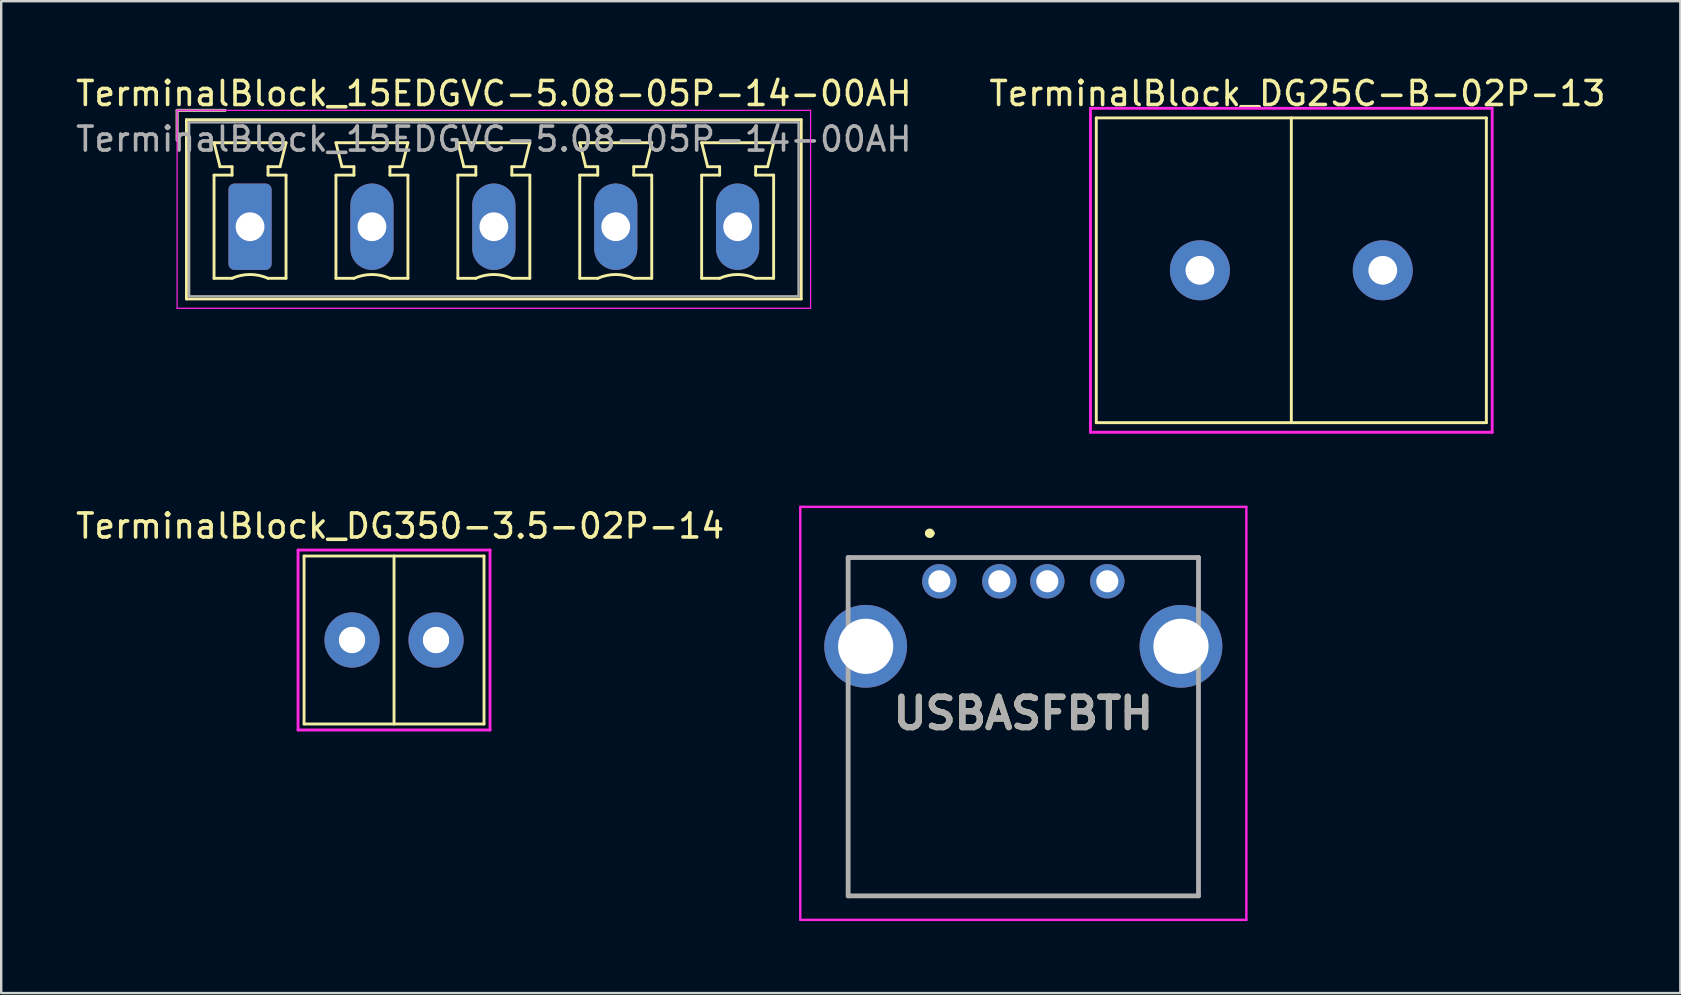
<source format=kicad_pcb>
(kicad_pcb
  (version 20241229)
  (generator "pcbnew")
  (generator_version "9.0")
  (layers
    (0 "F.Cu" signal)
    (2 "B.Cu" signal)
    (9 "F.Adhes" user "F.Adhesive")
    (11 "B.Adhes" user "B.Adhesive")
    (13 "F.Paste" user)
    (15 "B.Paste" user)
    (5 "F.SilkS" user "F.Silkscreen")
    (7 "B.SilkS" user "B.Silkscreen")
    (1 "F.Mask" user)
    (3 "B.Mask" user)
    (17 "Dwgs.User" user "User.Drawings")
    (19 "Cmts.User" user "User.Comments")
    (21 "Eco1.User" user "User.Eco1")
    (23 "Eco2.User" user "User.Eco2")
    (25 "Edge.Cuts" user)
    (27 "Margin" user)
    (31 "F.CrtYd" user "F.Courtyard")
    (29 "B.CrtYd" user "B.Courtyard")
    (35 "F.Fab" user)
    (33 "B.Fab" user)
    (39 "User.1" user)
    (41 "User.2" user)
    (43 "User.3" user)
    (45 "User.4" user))
  (footprint "USBASFBTH"
    (layer "F.Cu")
    (at 36.095 21.174)
    (property "Reference" "USBASFBTH" (at 3.5 5.505 0) (layer "F.SilkS") (effects (font (size 1.27 1.27) (thickness 0.254))))
    (attr through_hole)
    (fp_line (start -3.8 -1) (end 10.8 -0.99) (stroke (width 0.1) (type solid)) (layer "F.SilkS"))
    (fp_line (start -3.8 5) (end -3.8 13.11) (stroke (width 0.1) (type solid)) (layer "F.SilkS"))
    (fp_line (start -3.8 13.11) (end 10.8 13.11) (stroke (width 0.1) (type solid)) (layer "F.SilkS"))
    (fp_line (start -0.5 -2) (end -0.5 -2) (stroke (width 0.2) (type solid)) (layer "F.SilkS"))
    (fp_line (start -0.3 -2) (end -0.3 -2) (stroke (width 0.2) (type solid)) (layer "F.SilkS"))
    (fp_line (start 10.8 13.11) (end 10.8 5.5) (stroke (width 0.1) (type solid)) (layer "F.SilkS"))
    (fp_arc (start -0.5 -2) (mid -0.4 -2.1) (end -0.3 -2) (stroke (width 0.2) (type solid)) (layer "F.SilkS"))
    (fp_arc (start -0.3 -2) (mid -0.4 -1.9) (end -0.5 -2) (stroke (width 0.2) (type solid)) (layer "F.SilkS"))
    (fp_line (start -5.795 -3.1) (end 12.795 -3.1) (stroke (width 0.1) (type solid)) (layer "F.CrtYd"))
    (fp_line (start -5.795 14.11) (end -5.795 -3.1) (stroke (width 0.1) (type solid)) (layer "F.CrtYd"))
    (fp_line (start 12.795 -3.1) (end 12.795 14.11) (stroke (width 0.1) (type solid)) (layer "F.CrtYd"))
    (fp_line (start 12.795 14.11) (end -5.795 14.11) (stroke (width 0.1) (type solid)) (layer "F.CrtYd"))
    (fp_line (start -3.8 -0.99) (end 10.8 -0.99) (stroke (width 0.2) (type solid)) (layer "F.Fab"))
    (fp_line (start -3.8 13.11) (end -3.8 -0.99) (stroke (width 0.2) (type solid)) (layer "F.Fab"))
    (fp_line (start 10.8 -0.99) (end 10.8 13.11) (stroke (width 0.2) (type solid)) (layer "F.Fab"))
    (fp_line (start 10.8 13.11) (end -3.8 13.11) (stroke (width 0.2) (type solid)) (layer "F.Fab"))
    (fp_text user "${REFERENCE}" (at 3.5 5.505 0) (layer "F.Fab") (effects (font (size 1.27 1.27) (thickness 0.254))))
    (pad "1" thru_hole circle (at 0 0) (size 1.431 1.431) (drill 0.92) (layers "*.Cu" "*.Mask"))
    (pad "2" thru_hole circle (at 2.5 0) (size 1.431 1.431) (drill 0.92) (layers "*.Cu" "*.Mask"))
    (pad "3" thru_hole circle (at 4.5 0) (size 1.431 1.431) (drill 0.92) (layers "*.Cu" "*.Mask"))
    (pad "4" thru_hole circle (at 7 0) (size 1.431 1.431) (drill 0.92) (layers "*.Cu" "*.Mask"))
    (pad "5" thru_hole circle (at -3.07 2.71) (size 3.45 3.45) (drill 2.3) (layers "*.Cu" "*.Mask"))
    (pad "5" thru_hole circle (at 10.07 2.71) (size 3.45 3.45) (drill 2.3) (layers "*.Cu" "*.Mask")))
  (footprint "TerminalBlock_DG350-3.5-02P-14"
    (layer "F.Cu")
    (at 13.371 23.622)
    (property "Reference" "TerminalBlock_DG350-3.5-02P-14" (at 0.254 -4.75 0) (layer "F.SilkS") (effects (font (size 1 1) (thickness 0.15))))
    (attr through_hole)
    (fp_line (start -3.75 -3.5) (end 3.75 -3.5) (stroke (width 0.12) (type solid)) (layer "F.SilkS"))
    (fp_line (start -3.75 3.5) (end -3.75 -3.5) (stroke (width 0.12) (type solid)) (layer "F.SilkS"))
    (fp_line (start 0 -3.5) (end 0 3.5) (stroke (width 0.12) (type solid)) (layer "F.SilkS"))
    (fp_line (start 3.75 -3.5) (end 3.75 3.5) (stroke (width 0.12) (type solid)) (layer "F.SilkS"))
    (fp_line (start 3.75 3.5) (end -3.75 3.5) (stroke (width 0.12) (type solid)) (layer "F.SilkS"))
    (fp_line (start -4 -3.75) (end 4 -3.75) (stroke (width 0.12) (type solid)) (layer "F.CrtYd"))
    (fp_line (start -4 3.75) (end -4 -3.75) (stroke (width 0.12) (type solid)) (layer "F.CrtYd"))
    (fp_line (start 4 -3.75) (end 4 3.75) (stroke (width 0.12) (type solid)) (layer "F.CrtYd"))
    (fp_line (start 4 3.75) (end -4 3.75) (stroke (width 0.12) (type solid)) (layer "F.CrtYd"))
    (pad "1" thru_hole circle (at -1.75 0) (size 2.3 2.3) (drill 1.1) (layers "*.Cu" "*.Mask"))
    (pad "2" thru_hole circle (at 1.75 0) (size 2.3 2.3) (drill 1.1) (layers "*.Cu" "*.Mask")))
  (footprint "TerminalBlock_DG25C-B-02P-13"
    (layer "F.Cu")
    (at 50.764 8.214)
    (property "Reference" "TerminalBlock_DG25C-B-02P-13" (at 0.254 -7.366 0) (layer "F.SilkS") (effects (font (size 1 1) (thickness 0.15))))
    (attr through_hole)
    (fp_line (start -8.128 -6.35) (end 8.128 -6.35) (stroke (width 0.12) (type solid)) (layer "F.SilkS"))
    (fp_line (start -8.128 6.35) (end -8.128 -6.35) (stroke (width 0.12) (type solid)) (layer "F.SilkS"))
    (fp_line (start 0 -6.35) (end 0 6.35) (stroke (width 0.12) (type solid)) (layer "F.SilkS"))
    (fp_line (start 8.128 -6.35) (end 8.128 6.35) (stroke (width 0.12) (type solid)) (layer "F.SilkS"))
    (fp_line (start 8.128 6.35) (end -8.128 6.35) (stroke (width 0.12) (type solid)) (layer "F.SilkS"))
    (fp_line (start -8.37 -6.75) (end 8.37 -6.75) (stroke (width 0.12) (type solid)) (layer "F.CrtYd"))
    (fp_line (start -8.37 6.75) (end -8.37 -6.75) (stroke (width 0.12) (type solid)) (layer "F.CrtYd"))
    (fp_line (start 8.37 -6.75) (end 8.37 6.75) (stroke (width 0.12) (type solid)) (layer "F.CrtYd"))
    (fp_line (start 8.37 6.75) (end -8.37 6.75) (stroke (width 0.12) (type solid)) (layer "F.CrtYd"))
    (pad "1" thru_hole circle (at -3.81 0) (size 2.5 2.5) (drill 1.2) (layers "*.Cu" "*.Mask"))
    (pad "2" thru_hole circle (at 3.81 0) (size 2.5 2.5) (drill 1.2) (layers "*.Cu" "*.Mask")))
  (footprint "TerminalBlock_15EDGVC-5.08-05P-14-00AH"
    (layer "F.Cu")
    (at 7.37 6.398)
    (property "Reference" "TerminalBlock_15EDGVC-5.08-05P-14-00AH" (at 10.16 -5.55 0) (layer "F.SilkS") (effects (font (size 1 1) (thickness 0.15))))
    (attr through_hole)
    (fp_line (start -3.04 -4.85) (end -1.04 -4.85) (stroke (width 0.12) (type solid)) (layer "F.SilkS"))
    (fp_line (start -3.04 -3.6) (end -3.04 -4.85) (stroke (width 0.12) (type solid)) (layer "F.SilkS"))
    (fp_line (start -2.65 -4.46) (end -2.65 3.01) (stroke (width 0.12) (type solid)) (layer "F.SilkS"))
    (fp_line (start -2.65 3.01) (end 22.97 3.01) (stroke (width 0.12) (type solid)) (layer "F.SilkS"))
    (fp_line (start -1.5 -3.5) (end 1.5 -3.5) (stroke (width 0.12) (type solid)) (layer "F.SilkS"))
    (fp_line (start -1.5 -2.15) (end -0.75 -2.15) (stroke (width 0.12) (type solid)) (layer "F.SilkS"))
    (fp_line (start -1.5 2.15) (end -1.5 -2.15) (stroke (width 0.12) (type solid)) (layer "F.SilkS"))
    (fp_line (start -1.25 -2.5) (end -1.5 -3.5) (stroke (width 0.12) (type solid)) (layer "F.SilkS"))
    (fp_line (start -0.75 -2.5) (end -1.25 -2.5) (stroke (width 0.12) (type solid)) (layer "F.SilkS"))
    (fp_line (start -0.75 -2.15) (end -0.75 -2.5) (stroke (width 0.12) (type solid)) (layer "F.SilkS"))
    (fp_line (start -0.75 2.15) (end -1.5 2.15) (stroke (width 0.12) (type solid)) (layer "F.SilkS"))
    (fp_line (start 0.75 -2.5) (end 0.75 -2.15) (stroke (width 0.12) (type solid)) (layer "F.SilkS"))
    (fp_line (start 0.75 -2.15) (end 1.5 -2.15) (stroke (width 0.12) (type solid)) (layer "F.SilkS"))
    (fp_line (start 1.25 -2.5) (end 0.75 -2.5) (stroke (width 0.12) (type solid)) (layer "F.SilkS"))
    (fp_line (start 1.5 -3.5) (end 1.25 -2.5) (stroke (width 0.12) (type solid)) (layer "F.SilkS"))
    (fp_line (start 1.5 -2.15) (end 1.5 2.15) (stroke (width 0.12) (type solid)) (layer "F.SilkS"))
    (fp_line (start 1.5 2.15) (end 0.75 2.15) (stroke (width 0.12) (type solid)) (layer "F.SilkS"))
    (fp_line (start 3.58 -3.5) (end 6.58 -3.5) (stroke (width 0.12) (type solid)) (layer "F.SilkS"))
    (fp_line (start 3.58 -2.15) (end 4.33 -2.15) (stroke (width 0.12) (type solid)) (layer "F.SilkS"))
    (fp_line (start 3.58 2.15) (end 3.58 -2.15) (stroke (width 0.12) (type solid)) (layer "F.SilkS"))
    (fp_line (start 3.83 -2.5) (end 3.58 -3.5) (stroke (width 0.12) (type solid)) (layer "F.SilkS"))
    (fp_line (start 4.33 -2.5) (end 3.83 -2.5) (stroke (width 0.12) (type solid)) (layer "F.SilkS"))
    (fp_line (start 4.33 -2.15) (end 4.33 -2.5) (stroke (width 0.12) (type solid)) (layer "F.SilkS"))
    (fp_line (start 4.33 2.15) (end 3.58 2.15) (stroke (width 0.12) (type solid)) (layer "F.SilkS"))
    (fp_line (start 5.83 -2.5) (end 5.83 -2.15) (stroke (width 0.12) (type solid)) (layer "F.SilkS"))
    (fp_line (start 5.83 -2.15) (end 6.58 -2.15) (stroke (width 0.12) (type solid)) (layer "F.SilkS"))
    (fp_line (start 6.33 -2.5) (end 5.83 -2.5) (stroke (width 0.12) (type solid)) (layer "F.SilkS"))
    (fp_line (start 6.58 -3.5) (end 6.33 -2.5) (stroke (width 0.12) (type solid)) (layer "F.SilkS"))
    (fp_line (start 6.58 -2.15) (end 6.58 2.15) (stroke (width 0.12) (type solid)) (layer "F.SilkS"))
    (fp_line (start 6.58 2.15) (end 5.83 2.15) (stroke (width 0.12) (type solid)) (layer "F.SilkS"))
    (fp_line (start 8.66 -3.5) (end 11.66 -3.5) (stroke (width 0.12) (type solid)) (layer "F.SilkS"))
    (fp_line (start 8.66 -2.15) (end 9.41 -2.15) (stroke (width 0.12) (type solid)) (layer "F.SilkS"))
    (fp_line (start 8.66 2.15) (end 8.66 -2.15) (stroke (width 0.12) (type solid)) (layer "F.SilkS"))
    (fp_line (start 8.91 -2.5) (end 8.66 -3.5) (stroke (width 0.12) (type solid)) (layer "F.SilkS"))
    (fp_line (start 9.41 -2.5) (end 8.91 -2.5) (stroke (width 0.12) (type solid)) (layer "F.SilkS"))
    (fp_line (start 9.41 -2.15) (end 9.41 -2.5) (stroke (width 0.12) (type solid)) (layer "F.SilkS"))
    (fp_line (start 9.41 2.15) (end 8.66 2.15) (stroke (width 0.12) (type solid)) (layer "F.SilkS"))
    (fp_line (start 10.91 -2.5) (end 10.91 -2.15) (stroke (width 0.12) (type solid)) (layer "F.SilkS"))
    (fp_line (start 10.91 -2.15) (end 11.66 -2.15) (stroke (width 0.12) (type solid)) (layer "F.SilkS"))
    (fp_line (start 11.41 -2.5) (end 10.91 -2.5) (stroke (width 0.12) (type solid)) (layer "F.SilkS"))
    (fp_line (start 11.66 -3.5) (end 11.41 -2.5) (stroke (width 0.12) (type solid)) (layer "F.SilkS"))
    (fp_line (start 11.66 -2.15) (end 11.66 2.15) (stroke (width 0.12) (type solid)) (layer "F.SilkS"))
    (fp_line (start 11.66 2.15) (end 10.91 2.15) (stroke (width 0.12) (type solid)) (layer "F.SilkS"))
    (fp_line (start 13.74 -3.5) (end 16.74 -3.5) (stroke (width 0.12) (type solid)) (layer "F.SilkS"))
    (fp_line (start 13.74 -2.15) (end 14.49 -2.15) (stroke (width 0.12) (type solid)) (layer "F.SilkS"))
    (fp_line (start 13.74 2.15) (end 13.74 -2.15) (stroke (width 0.12) (type solid)) (layer "F.SilkS"))
    (fp_line (start 13.99 -2.5) (end 13.74 -3.5) (stroke (width 0.12) (type solid)) (layer "F.SilkS"))
    (fp_line (start 14.49 -2.5) (end 13.99 -2.5) (stroke (width 0.12) (type solid)) (layer "F.SilkS"))
    (fp_line (start 14.49 -2.15) (end 14.49 -2.5) (stroke (width 0.12) (type solid)) (layer "F.SilkS"))
    (fp_line (start 14.49 2.15) (end 13.74 2.15) (stroke (width 0.12) (type solid)) (layer "F.SilkS"))
    (fp_line (start 15.99 -2.5) (end 15.99 -2.15) (stroke (width 0.12) (type solid)) (layer "F.SilkS"))
    (fp_line (start 15.99 -2.15) (end 16.74 -2.15) (stroke (width 0.12) (type solid)) (layer "F.SilkS"))
    (fp_line (start 16.49 -2.5) (end 15.99 -2.5) (stroke (width 0.12) (type solid)) (layer "F.SilkS"))
    (fp_line (start 16.74 -3.5) (end 16.49 -2.5) (stroke (width 0.12) (type solid)) (layer "F.SilkS"))
    (fp_line (start 16.74 -2.15) (end 16.74 2.15) (stroke (width 0.12) (type solid)) (layer "F.SilkS"))
    (fp_line (start 16.74 2.15) (end 15.99 2.15) (stroke (width 0.12) (type solid)) (layer "F.SilkS"))
    (fp_line (start 18.82 -3.5) (end 21.82 -3.5) (stroke (width 0.12) (type solid)) (layer "F.SilkS"))
    (fp_line (start 18.82 -2.15) (end 19.57 -2.15) (stroke (width 0.12) (type solid)) (layer "F.SilkS"))
    (fp_line (start 18.82 2.15) (end 18.82 -2.15) (stroke (width 0.12) (type solid)) (layer "F.SilkS"))
    (fp_line (start 19.07 -2.5) (end 18.82 -3.5) (stroke (width 0.12) (type solid)) (layer "F.SilkS"))
    (fp_line (start 19.57 -2.5) (end 19.07 -2.5) (stroke (width 0.12) (type solid)) (layer "F.SilkS"))
    (fp_line (start 19.57 -2.15) (end 19.57 -2.5) (stroke (width 0.12) (type solid)) (layer "F.SilkS"))
    (fp_line (start 19.57 2.15) (end 18.82 2.15) (stroke (width 0.12) (type solid)) (layer "F.SilkS"))
    (fp_line (start 21.07 -2.5) (end 21.07 -2.15) (stroke (width 0.12) (type solid)) (layer "F.SilkS"))
    (fp_line (start 21.07 -2.15) (end 21.82 -2.15) (stroke (width 0.12) (type solid)) (layer "F.SilkS"))
    (fp_line (start 21.57 -2.5) (end 21.07 -2.5) (stroke (width 0.12) (type solid)) (layer "F.SilkS"))
    (fp_line (start 21.82 -3.5) (end 21.57 -2.5) (stroke (width 0.12) (type solid)) (layer "F.SilkS"))
    (fp_line (start 21.82 -2.15) (end 21.82 2.15) (stroke (width 0.12) (type solid)) (layer "F.SilkS"))
    (fp_line (start 21.82 2.15) (end 21.07 2.15) (stroke (width 0.12) (type solid)) (layer "F.SilkS"))
    (fp_line (start 22.97 -4.46) (end -2.65 -4.46) (stroke (width 0.12) (type solid)) (layer "F.SilkS"))
    (fp_line (start 22.97 3.01) (end 22.97 -4.46) (stroke (width 0.12) (type solid)) (layer "F.SilkS"))
    (fp_arc (start -0.75 2.15) (mid -0.000193 1.99191) (end 0.749647 2.149844) (stroke (width 0.12) (type solid)) (layer "F.SilkS"))
    (fp_arc (start 4.33 2.15) (mid 5.079807 1.99191) (end 5.829647 2.149844) (stroke (width 0.12) (type solid)) (layer "F.SilkS"))
    (fp_arc (start 9.41 2.15) (mid 10.159807 1.99191) (end 10.909647 2.149844) (stroke (width 0.12) (type solid)) (layer "F.SilkS"))
    (fp_arc (start 14.49 2.15) (mid 15.239807 1.99191) (end 15.989647 2.149844) (stroke (width 0.12) (type solid)) (layer "F.SilkS"))
    (fp_arc (start 19.57 2.15) (mid 20.319807 1.99191) (end 21.069647 2.149844) (stroke (width 0.12) (type solid)) (layer "F.SilkS"))
    (fp_line (start -3.04 -4.85) (end -3.04 3.4) (stroke (width 0.05) (type solid)) (layer "F.CrtYd"))
    (fp_line (start -3.04 3.4) (end 23.36 3.4) (stroke (width 0.05) (type solid)) (layer "F.CrtYd"))
    (fp_line (start 23.36 -4.85) (end -3.04 -4.85) (stroke (width 0.05) (type solid)) (layer "F.CrtYd"))
    (fp_line (start 23.36 3.4) (end 23.36 -4.85) (stroke (width 0.05) (type solid)) (layer "F.CrtYd"))
    (fp_line (start -3.04 -4.85) (end -1.04 -4.85) (stroke (width 0.1) (type solid)) (layer "F.Fab"))
    (fp_line (start -3.04 -3.6) (end -3.04 -4.85) (stroke (width 0.1) (type solid)) (layer "F.Fab"))
    (fp_line (start -2.54 -4.35) (end -2.54 2.9) (stroke (width 0.1) (type solid)) (layer "F.Fab"))
    (fp_line (start -2.54 2.9) (end 22.86 2.9) (stroke (width 0.1) (type solid)) (layer "F.Fab"))
    (fp_line (start 22.86 -4.35) (end -2.54 -4.35) (stroke (width 0.1) (type solid)) (layer "F.Fab"))
    (fp_line (start 22.86 2.9) (end 22.86 -4.35) (stroke (width 0.1) (type solid)) (layer "F.Fab"))
    (fp_text user "${REFERENCE}" (at 10.16 -3.65 0) (layer "F.Fab") (effects (font (size 1 1) (thickness 0.15))))
    (pad "1" thru_hole roundrect (at 0 0) (size 1.8 3.6) (drill 1.2) (layers "*.Cu" "*.Mask") (roundrect_rratio 0.139))
    (pad "2" thru_hole oval (at 5.08 0) (size 1.8 3.6) (drill 1.2) (layers "*.Cu" "*.Mask"))
    (pad "3" thru_hole oval (at 10.16 0) (size 1.8 3.6) (drill 1.2) (layers "*.Cu" "*.Mask"))
    (pad "4" thru_hole oval (at 15.24 0) (size 1.8 3.6) (drill 1.2) (layers "*.Cu" "*.Mask"))
    (pad "5" thru_hole oval (at 20.32 0) (size 1.8 3.6) (drill 1.2) (layers "*.Cu" "*.Mask")))
  (gr_rect
    (start -3 -3)
    (end 66.976 38.334)
    (stroke (width 0.1) (type default))
    (fill no)
    (layer "Edge.Cuts")))
</source>
